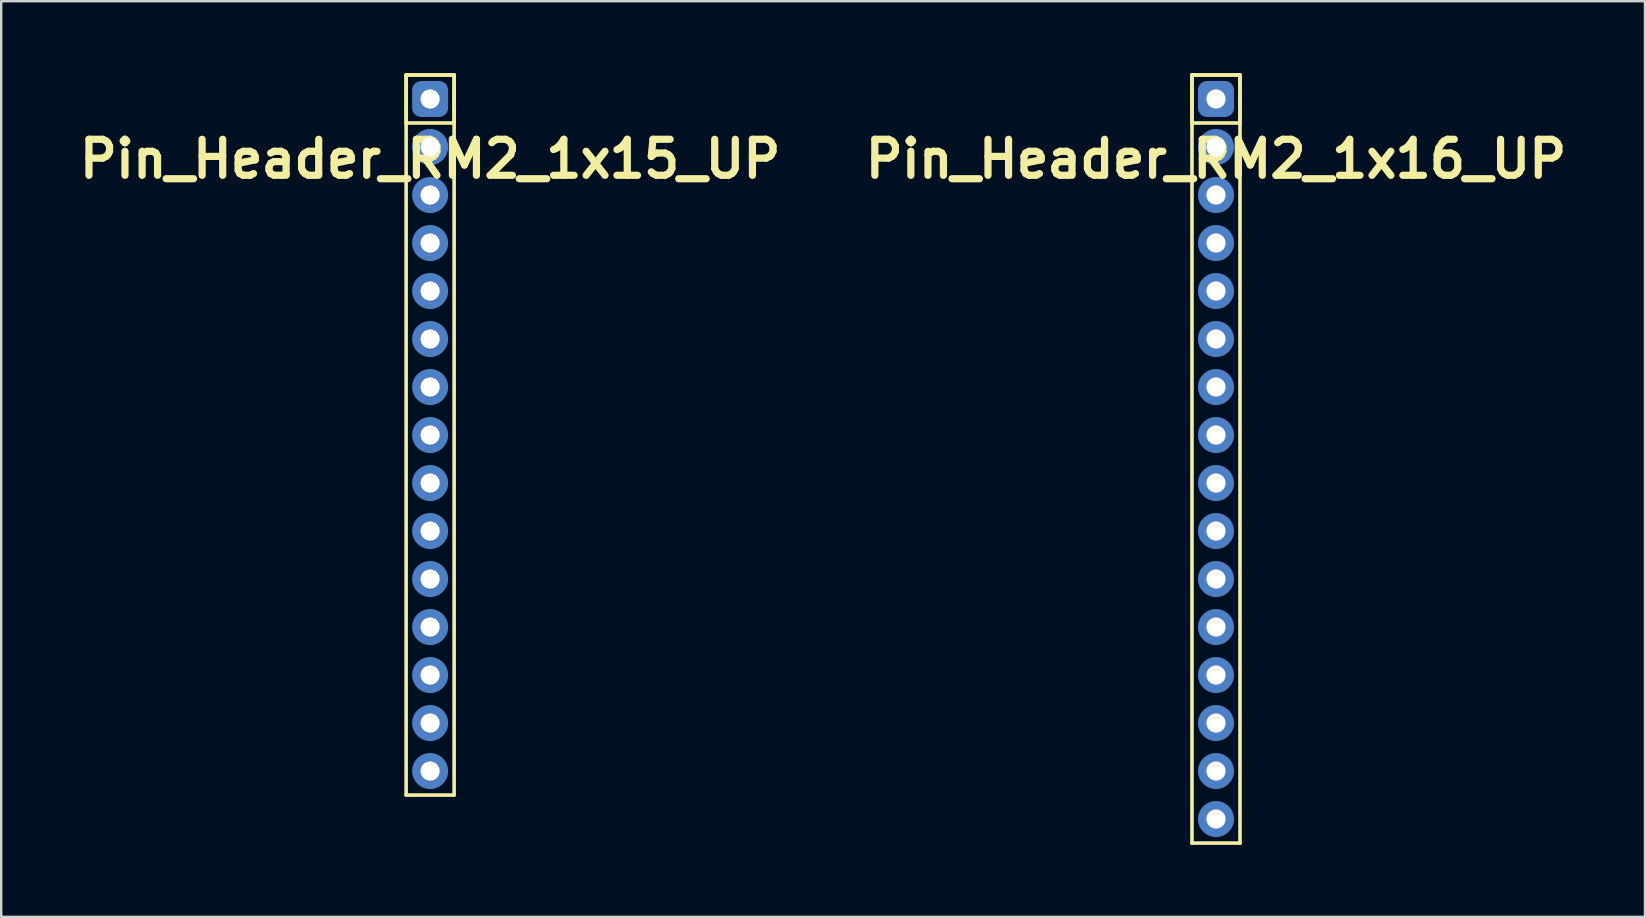
<source format=kicad_pcb>
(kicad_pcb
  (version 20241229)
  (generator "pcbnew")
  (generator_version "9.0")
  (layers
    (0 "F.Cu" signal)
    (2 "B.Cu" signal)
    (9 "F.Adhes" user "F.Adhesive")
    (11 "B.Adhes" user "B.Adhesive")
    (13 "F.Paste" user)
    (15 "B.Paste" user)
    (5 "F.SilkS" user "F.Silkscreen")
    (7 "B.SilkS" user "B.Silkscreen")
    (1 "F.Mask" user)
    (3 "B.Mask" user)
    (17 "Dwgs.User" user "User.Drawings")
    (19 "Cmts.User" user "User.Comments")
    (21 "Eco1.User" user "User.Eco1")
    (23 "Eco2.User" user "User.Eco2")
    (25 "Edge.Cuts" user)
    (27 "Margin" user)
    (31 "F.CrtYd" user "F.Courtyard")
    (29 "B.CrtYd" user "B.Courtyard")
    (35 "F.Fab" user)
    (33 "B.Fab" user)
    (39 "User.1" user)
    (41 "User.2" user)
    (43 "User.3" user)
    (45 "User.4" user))
  (footprint "Pin_Header_RM2_1x16_UP"
    (layer "F.Cu")
    (at 47.614 1.075)
    (property "Reference" "Pin_Header_RM2_1x16_UP" (at 0 2.5 0) (layer "F.SilkS") (effects (font (size 1.5 1.5) (thickness 0.3))))
    (attr through_hole)
    (fp_line (start -1 -1) (end 1 -1) (stroke (width 0.15) (type solid)) (layer "F.SilkS"))
    (fp_line (start -1 -1) (end 1 -1) (stroke (width 0.15) (type solid)) (layer "F.SilkS"))
    (fp_line (start -1 1) (end -1 -1) (stroke (width 0.15) (type solid)) (layer "F.SilkS"))
    (fp_line (start -1 31) (end -1 -1) (stroke (width 0.15) (type solid)) (layer "F.SilkS"))
    (fp_line (start 1 -1) (end 1 1) (stroke (width 0.15) (type solid)) (layer "F.SilkS"))
    (fp_line (start 1 -1) (end 1 31) (stroke (width 0.15) (type solid)) (layer "F.SilkS"))
    (fp_line (start 1 1) (end -1 1) (stroke (width 0.15) (type solid)) (layer "F.SilkS"))
    (fp_line (start 1 31) (end -1 31) (stroke (width 0.15) (type solid)) (layer "F.SilkS"))
    (pad "1" thru_hole circle (at 0 0) (size 1.1 1.1) (drill 0.8) (layers "*.Cu" "*.Mask"))
    (pad "1" smd roundrect (at 0 0) (size 1.25 1.25) (layers "F.Cu" "F.Mask") (roundrect_rratio 0.25))
    (pad "1" smd roundrect (at 0 0) (size 1.5 1.5) (layers "B.Cu" "B.Mask") (roundrect_rratio 0.25))
    (pad "2" thru_hole circle (at 0 2) (size 1.1 1.1) (drill 0.8) (layers "*.Cu" "*.Mask"))
    (pad "2" smd circle (at 0 2) (size 1.25 1.25) (layers "F.Cu" "F.Mask"))
    (pad "2" smd circle (at 0 2) (size 1.5 1.5) (layers "B.Cu" "B.Mask"))
    (pad "3" thru_hole circle (at 0 4) (size 1.1 1.1) (drill 0.8) (layers "*.Cu" "*.Mask"))
    (pad "3" smd circle (at 0 4) (size 1.25 1.25) (layers "F.Cu" "F.Mask"))
    (pad "3" smd circle (at 0 4) (size 1.5 1.5) (layers "B.Cu" "B.Mask"))
    (pad "4" thru_hole circle (at 0 6) (size 1.1 1.1) (drill 0.8) (layers "*.Cu" "*.Mask"))
    (pad "4" smd circle (at 0 6) (size 1.25 1.25) (layers "F.Cu" "F.Mask"))
    (pad "4" smd circle (at 0 6) (size 1.5 1.5) (layers "B.Cu" "B.Mask"))
    (pad "5" thru_hole circle (at 0 8) (size 1.1 1.1) (drill 0.8) (layers "*.Cu" "*.Mask"))
    (pad "5" smd circle (at 0 8) (size 1.25 1.25) (layers "F.Cu" "F.Mask"))
    (pad "5" smd circle (at 0 8) (size 1.5 1.5) (layers "B.Cu" "B.Mask"))
    (pad "6" thru_hole circle (at 0 10) (size 1.1 1.1) (drill 0.8) (layers "*.Cu" "*.Mask"))
    (pad "6" smd circle (at 0 10) (size 1.25 1.25) (layers "F.Cu" "F.Mask"))
    (pad "6" smd circle (at 0 10) (size 1.5 1.5) (layers "B.Cu" "B.Mask"))
    (pad "7" thru_hole circle (at 0 12) (size 1.1 1.1) (drill 0.8) (layers "*.Cu" "*.Mask"))
    (pad "7" smd circle (at 0 12) (size 1.25 1.25) (layers "F.Cu" "F.Mask"))
    (pad "7" smd circle (at 0 12) (size 1.5 1.5) (layers "B.Cu" "B.Mask"))
    (pad "8" thru_hole circle (at 0 14) (size 1.1 1.1) (drill 0.8) (layers "*.Cu" "*.Mask"))
    (pad "8" smd circle (at 0 14) (size 1.25 1.25) (layers "F.Cu" "F.Mask"))
    (pad "8" smd circle (at 0 14) (size 1.5 1.5) (layers "B.Cu" "B.Mask"))
    (pad "9" thru_hole circle (at 0 16) (size 1.1 1.1) (drill 0.8) (layers "*.Cu" "*.Mask"))
    (pad "9" smd circle (at 0 16) (size 1.25 1.25) (layers "F.Cu" "F.Mask"))
    (pad "9" smd circle (at 0 16) (size 1.5 1.5) (layers "B.Cu" "B.Mask"))
    (pad "10" thru_hole circle (at 0 18) (size 1.1 1.1) (drill 0.8) (layers "*.Cu" "*.Mask"))
    (pad "10" smd circle (at 0 18) (size 1.25 1.25) (layers "F.Cu" "F.Mask"))
    (pad "10" smd circle (at 0 18) (size 1.5 1.5) (layers "B.Cu" "B.Mask"))
    (pad "11" thru_hole circle (at 0 20) (size 1.1 1.1) (drill 0.8) (layers "*.Cu" "*.Mask"))
    (pad "11" smd circle (at 0 20) (size 1.25 1.25) (layers "F.Cu" "F.Mask"))
    (pad "11" smd circle (at 0 20) (size 1.5 1.5) (layers "B.Cu" "B.Mask"))
    (pad "12" thru_hole circle (at 0 22) (size 1.1 1.1) (drill 0.8) (layers "*.Cu" "*.Mask"))
    (pad "12" smd circle (at 0 22) (size 1.25 1.25) (layers "F.Cu" "F.Mask"))
    (pad "12" smd circle (at 0 22) (size 1.5 1.5) (layers "B.Cu" "B.Mask"))
    (pad "13" thru_hole circle (at 0 24) (size 1.1 1.1) (drill 0.8) (layers "*.Cu" "*.Mask"))
    (pad "13" smd circle (at 0 24) (size 1.25 1.25) (layers "F.Cu" "F.Mask"))
    (pad "13" smd circle (at 0 24) (size 1.5 1.5) (layers "B.Cu" "B.Mask"))
    (pad "14" thru_hole circle (at 0 26) (size 1.1 1.1) (drill 0.8) (layers "*.Cu" "*.Mask"))
    (pad "14" smd circle (at 0 26) (size 1.25 1.25) (layers "F.Cu" "F.Mask"))
    (pad "14" smd circle (at 0 26) (size 1.5 1.5) (layers "B.Cu" "B.Mask"))
    (pad "15" thru_hole circle (at 0 28) (size 1.1 1.1) (drill 0.8) (layers "*.Cu" "*.Mask"))
    (pad "15" smd circle (at 0 28) (size 1.25 1.25) (layers "F.Cu" "F.Mask"))
    (pad "15" smd circle (at 0 28) (size 1.5 1.5) (layers "B.Cu" "B.Mask"))
    (pad "16" thru_hole circle (at 0 30) (size 1.1 1.1) (drill 0.8) (layers "*.Cu" "*.Mask"))
    (pad "16" smd circle (at 0 30) (size 1.25 1.25) (layers "F.Cu" "F.Mask"))
    (pad "16" smd circle (at 0 30) (size 1.5 1.5) (layers "B.Cu" "B.Mask")))
  (footprint "Pin_Header_RM2_1x15_UP"
    (layer "F.Cu")
    (at 14.871 1.075)
    (property "Reference" "Pin_Header_RM2_1x15_UP" (at 0 2.5 0) (layer "F.SilkS") (effects (font (size 1.5 1.5) (thickness 0.3))))
    (attr through_hole)
    (fp_line (start -1 -1) (end 1 -1) (stroke (width 0.15) (type solid)) (layer "F.SilkS"))
    (fp_line (start -1 -1) (end 1 -1) (stroke (width 0.15) (type solid)) (layer "F.SilkS"))
    (fp_line (start -1 1) (end -1 -1) (stroke (width 0.15) (type solid)) (layer "F.SilkS"))
    (fp_line (start -1 29) (end -1 -1) (stroke (width 0.15) (type solid)) (layer "F.SilkS"))
    (fp_line (start 1 -1) (end 1 1) (stroke (width 0.15) (type solid)) (layer "F.SilkS"))
    (fp_line (start 1 -1) (end 1 29) (stroke (width 0.15) (type solid)) (layer "F.SilkS"))
    (fp_line (start 1 1) (end -1 1) (stroke (width 0.15) (type solid)) (layer "F.SilkS"))
    (fp_line (start 1 29) (end -1 29) (stroke (width 0.15) (type solid)) (layer "F.SilkS"))
    (pad "1" thru_hole circle (at 0 0) (size 1.1 1.1) (drill 0.8) (layers "*.Cu" "*.Mask"))
    (pad "1" smd roundrect (at 0 0) (size 1.25 1.25) (layers "F.Cu" "F.Mask") (roundrect_rratio 0.25))
    (pad "1" smd roundrect (at 0 0) (size 1.5 1.5) (layers "B.Cu" "B.Mask") (roundrect_rratio 0.25))
    (pad "2" thru_hole circle (at 0 2) (size 1.1 1.1) (drill 0.8) (layers "*.Cu" "*.Mask"))
    (pad "2" smd circle (at 0 2) (size 1.25 1.25) (layers "F.Cu" "F.Mask"))
    (pad "2" smd circle (at 0 2) (size 1.5 1.5) (layers "B.Cu" "B.Mask"))
    (pad "3" thru_hole circle (at 0 4) (size 1.1 1.1) (drill 0.8) (layers "*.Cu" "*.Mask"))
    (pad "3" smd circle (at 0 4) (size 1.25 1.25) (layers "F.Cu" "F.Mask"))
    (pad "3" smd circle (at 0 4) (size 1.5 1.5) (layers "B.Cu" "B.Mask"))
    (pad "4" thru_hole circle (at 0 6) (size 1.1 1.1) (drill 0.8) (layers "*.Cu" "*.Mask"))
    (pad "4" smd circle (at 0 6) (size 1.25 1.25) (layers "F.Cu" "F.Mask"))
    (pad "4" smd circle (at 0 6) (size 1.5 1.5) (layers "B.Cu" "B.Mask"))
    (pad "5" thru_hole circle (at 0 8) (size 1.1 1.1) (drill 0.8) (layers "*.Cu" "*.Mask"))
    (pad "5" smd circle (at 0 8) (size 1.25 1.25) (layers "F.Cu" "F.Mask"))
    (pad "5" smd circle (at 0 8) (size 1.5 1.5) (layers "B.Cu" "B.Mask"))
    (pad "6" thru_hole circle (at 0 10) (size 1.1 1.1) (drill 0.8) (layers "*.Cu" "*.Mask"))
    (pad "6" smd circle (at 0 10) (size 1.25 1.25) (layers "F.Cu" "F.Mask"))
    (pad "6" smd circle (at 0 10) (size 1.5 1.5) (layers "B.Cu" "B.Mask"))
    (pad "7" thru_hole circle (at 0 12) (size 1.1 1.1) (drill 0.8) (layers "*.Cu" "*.Mask"))
    (pad "7" smd circle (at 0 12) (size 1.25 1.25) (layers "F.Cu" "F.Mask"))
    (pad "7" smd circle (at 0 12) (size 1.5 1.5) (layers "B.Cu" "B.Mask"))
    (pad "8" thru_hole circle (at 0 14) (size 1.1 1.1) (drill 0.8) (layers "*.Cu" "*.Mask"))
    (pad "8" smd circle (at 0 14) (size 1.25 1.25) (layers "F.Cu" "F.Mask"))
    (pad "8" smd circle (at 0 14) (size 1.5 1.5) (layers "B.Cu" "B.Mask"))
    (pad "9" thru_hole circle (at 0 16) (size 1.1 1.1) (drill 0.8) (layers "*.Cu" "*.Mask"))
    (pad "9" smd circle (at 0 16) (size 1.25 1.25) (layers "F.Cu" "F.Mask"))
    (pad "9" smd circle (at 0 16) (size 1.5 1.5) (layers "B.Cu" "B.Mask"))
    (pad "10" thru_hole circle (at 0 18) (size 1.1 1.1) (drill 0.8) (layers "*.Cu" "*.Mask"))
    (pad "10" smd circle (at 0 18) (size 1.25 1.25) (layers "F.Cu" "F.Mask"))
    (pad "10" smd circle (at 0 18) (size 1.5 1.5) (layers "B.Cu" "B.Mask"))
    (pad "11" thru_hole circle (at 0 20) (size 1.1 1.1) (drill 0.8) (layers "*.Cu" "*.Mask"))
    (pad "11" smd circle (at 0 20) (size 1.25 1.25) (layers "F.Cu" "F.Mask"))
    (pad "11" smd circle (at 0 20) (size 1.5 1.5) (layers "B.Cu" "B.Mask"))
    (pad "12" thru_hole circle (at 0 22) (size 1.1 1.1) (drill 0.8) (layers "*.Cu" "*.Mask"))
    (pad "12" smd circle (at 0 22) (size 1.25 1.25) (layers "F.Cu" "F.Mask"))
    (pad "12" smd circle (at 0 22) (size 1.5 1.5) (layers "B.Cu" "B.Mask"))
    (pad "13" thru_hole circle (at 0 24) (size 1.1 1.1) (drill 0.8) (layers "*.Cu" "*.Mask"))
    (pad "13" smd circle (at 0 24) (size 1.25 1.25) (layers "F.Cu" "F.Mask"))
    (pad "13" smd circle (at 0 24) (size 1.5 1.5) (layers "B.Cu" "B.Mask"))
    (pad "14" thru_hole circle (at 0 26) (size 1.1 1.1) (drill 0.8) (layers "*.Cu" "*.Mask"))
    (pad "14" smd circle (at 0 26) (size 1.25 1.25) (layers "F.Cu" "F.Mask"))
    (pad "14" smd circle (at 0 26) (size 1.5 1.5) (layers "B.Cu" "B.Mask"))
    (pad "15" thru_hole circle (at 0 28) (size 1.1 1.1) (drill 0.8) (layers "*.Cu" "*.Mask"))
    (pad "15" smd circle (at 0 28) (size 1.25 1.25) (layers "F.Cu" "F.Mask"))
    (pad "15" smd circle (at 0 28) (size 1.5 1.5) (layers "B.Cu" "B.Mask")))
  (gr_rect
    (start -3 -3)
    (end 65.486 35.15)
    (stroke (width 0.1) (type default))
    (fill no)
    (layer "Edge.Cuts")))
</source>
